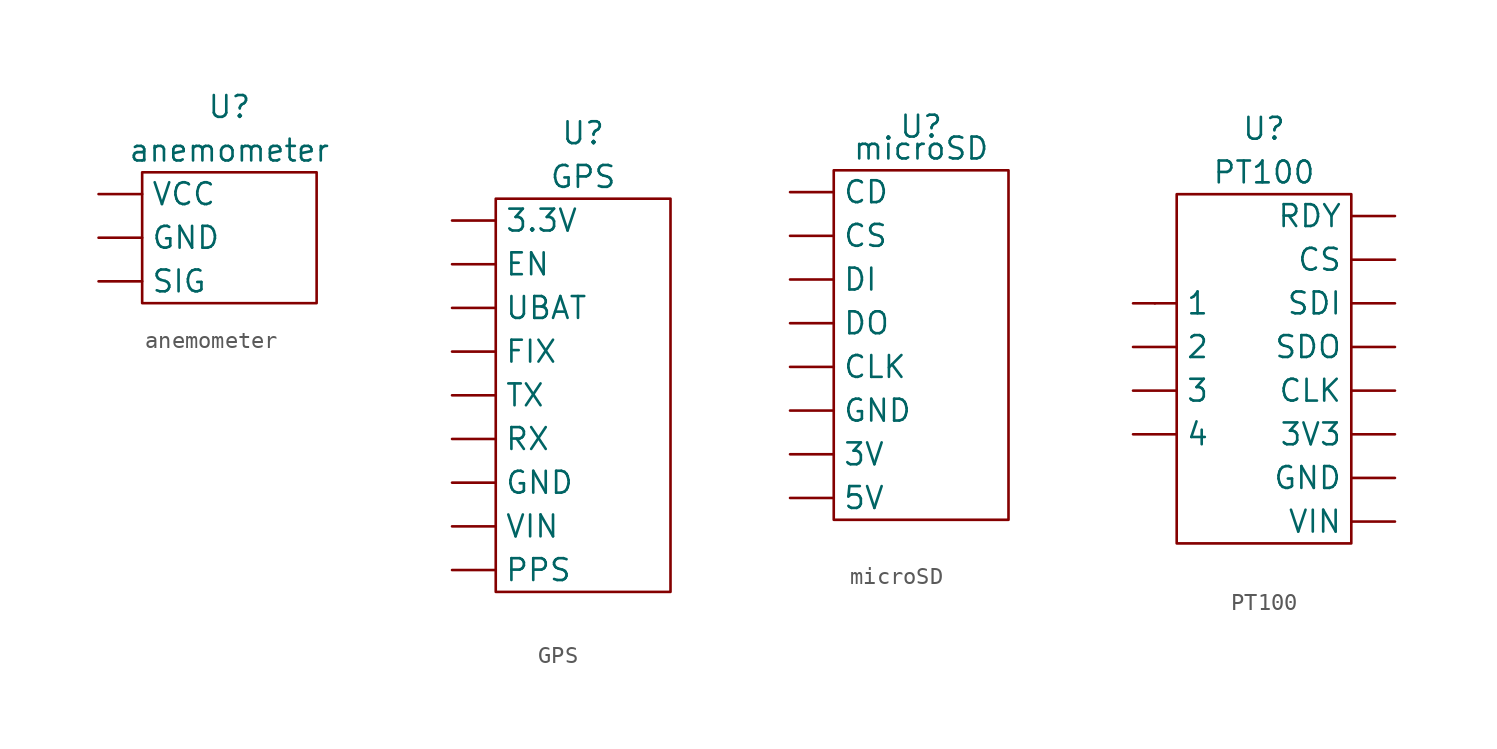
<source format=kicad_sym>
(kicad_symbol_lib
  (version 20220914)
  (generator kicad_symbol_editor)
  (symbol "anemometer"
    (pin_numbers hide)
    (property "Reference" "U"
      (at 0 7.62 0)
      (effects (font (size 1.27 1.27))))
    (property "Value" "anemometer"
      (at 0 5.08 0)
      (effects (font (size 1.27 1.27))))
    (symbol "anemometer_0_1"
      (rectangle (start -5.08 3.81) (end 5.08 -3.81) (stroke (width 0) (type default)) (fill (type none))))
    (symbol "anemometer_1_1"
      (pin input line (at -7.62 2.54 0) (length 2.54) (name "VCC" (effects (font (size 1.27 1.27)))) (number "1" (effects (font (size 1.27 1.27)))))
      (pin input line (at -7.62 0 0) (length 2.54) (name "GND" (effects (font (size 1.27 1.27)))) (number "2" (effects (font (size 1.27 1.27)))))
      (pin output line (at -7.62 -2.54 0) (length 2.54) (name "SIG" (effects (font (size 1.27 1.27)))) (number "3" (effects (font (size 1.27 1.27)))))))
  (symbol "GPS"
    (pin_numbers hide)
    (property "Reference" "U"
      (at 0 15.24 0)
      (effects (font (size 1.27 1.27))))
    (property "Value" "GPS"
      (at 0 12.7 0)
      (effects (font (size 1.27 1.27))))
    (symbol "GPS_0_1"
      (rectangle (start -5.08 11.43) (end 5.08 -11.43) (stroke (width 0) (type default)) (fill (type none))))
    (symbol "GPS_1_1"
      (pin input line (at -7.62 10.16 0) (length 2.54) (name "3.3V" (effects (font (size 1.27 1.27)))) (number "1" (effects (font (size 1.27 1.27)))))
      (pin input line (at -7.62 7.62 0) (length 2.54) (name "EN" (effects (font (size 1.27 1.27)))) (number "2" (effects (font (size 1.27 1.27)))))
      (pin input line (at -7.62 5.08 0) (length 2.54) (name "UBAT" (effects (font (size 1.27 1.27)))) (number "3" (effects (font (size 1.27 1.27)))))
      (pin input line (at -7.62 2.54 0) (length 2.54) (name "FIX" (effects (font (size 1.27 1.27)))) (number "4" (effects (font (size 1.27 1.27)))))
      (pin input line (at -7.62 0 0) (length 2.54) (name "TX" (effects (font (size 1.27 1.27)))) (number "5" (effects (font (size 1.27 1.27)))))
      (pin input line (at -7.62 -2.54 0) (length 2.54) (name "RX" (effects (font (size 1.27 1.27)))) (number "6" (effects (font (size 1.27 1.27)))))
      (pin input line (at -7.62 -5.08 0) (length 2.54) (name "GND" (effects (font (size 1.27 1.27)))) (number "7" (effects (font (size 1.27 1.27)))))
      (pin input line (at -7.62 -7.62 0) (length 2.54) (name "VIN" (effects (font (size 1.27 1.27)))) (number "8" (effects (font (size 1.27 1.27)))))
      (pin input line (at -7.62 -10.16 0) (length 2.54) (name "PPS" (effects (font (size 1.27 1.27)))) (number "9" (effects (font (size 1.27 1.27)))))))
  (symbol "microSD"
    (pin_numbers hide)
    (property "Reference" "U"
      (at 0 12.7 0)
      (effects (font (size 1.27 1.27))))
    (property "Value" "microSD"
      (at 0 11.43 0)
      (effects (font (size 1.27 1.27))))
    (symbol "microSD_0_1"
      (rectangle (start -5.08 10.16) (end 5.08 -10.16) (stroke (width 0) (type default)) (fill (type none))))
    (symbol "microSD_1_1"
      (pin input line (at -7.62 8.89 0) (length 2.54) (name "CD" (effects (font (size 1.27 1.27)))) (number "1" (effects (font (size 1.27 1.27)))))
      (pin input line (at -7.62 6.35 0) (length 2.54) (name "CS" (effects (font (size 1.27 1.27)))) (number "2" (effects (font (size 1.27 1.27)))))
      (pin input line (at -7.62 3.81 0) (length 2.54) (name "DI" (effects (font (size 1.27 1.27)))) (number "3" (effects (font (size 1.27 1.27)))))
      (pin output line (at -7.62 1.27 0) (length 2.54) (name "DO" (effects (font (size 1.27 1.27)))) (number "4" (effects (font (size 1.27 1.27)))))
      (pin input line (at -7.62 -1.27 0) (length 2.54) (name "CLK" (effects (font (size 1.27 1.27)))) (number "5" (effects (font (size 1.27 1.27)))))
      (pin input line (at -7.62 -3.81 0) (length 2.54) (name "GND" (effects (font (size 1.27 1.27)))) (number "6" (effects (font (size 1.27 1.27)))))
      (pin input line (at -7.62 -6.35 0) (length 2.54) (name "3V" (effects (font (size 1.27 1.27)))) (number "7" (effects (font (size 1.27 1.27)))))
      (pin input line (at -7.62 -8.89 0) (length 2.54) (name "5V" (effects (font (size 1.27 1.27)))) (number "8" (effects (font (size 1.27 1.27)))))))
  (symbol "PT100"
    (pin_numbers hide)
    (property "Reference" "U"
      (at 0 11.43 0)
      (effects (font (size 1.27 1.27))))
    (property "Value" "PT100"
      (at 0 8.89 0)
      (effects (font (size 1.27 1.27))))
    (symbol "PT100_0_1"
      (rectangle (start -6.35 1.27) (end -6.35 1.27) (stroke (width 0) (type default)) (fill (type none)))
      (rectangle (start -5.08 7.62) (end 5.08 -12.7) (stroke (width 0) (type default)) (fill (type none))))
    (symbol "PT100_1_1"
      (pin input line (at -7.62 1.27 0) (length 2.54) (name "1" (effects (font (size 1.27 1.27)))) (number "1" (effects (font (size 1.27 1.27)))))
      (pin input line (at 7.62 -6.35 180) (length 2.54) (name "3V3" (effects (font (size 1.27 1.27)))) (number "10" (effects (font (size 1.27 1.27)))))
      (pin input line (at 7.62 -8.89 180) (length 2.54) (name "GND" (effects (font (size 1.27 1.27)))) (number "11" (effects (font (size 1.27 1.27)))))
      (pin input line (at 7.62 -11.43 180) (length 2.54) (name "VIN" (effects (font (size 1.27 1.27)))) (number "12" (effects (font (size 1.27 1.27)))))
      (pin input line (at -7.62 -1.27 0) (length 2.54) (name "2" (effects (font (size 1.27 1.27)))) (number "2" (effects (font (size 1.27 1.27)))))
      (pin input line (at -7.62 -3.81 0) (length 2.54) (name "3" (effects (font (size 1.27 1.27)))) (number "3" (effects (font (size 1.27 1.27)))))
      (pin input line (at -7.62 -6.35 0) (length 2.54) (name "4" (effects (font (size 1.27 1.27)))) (number "4" (effects (font (size 1.27 1.27)))))
      (pin input line (at 7.62 6.35 180) (length 2.54) (name "RDY" (effects (font (size 1.27 1.27)))) (number "5" (effects (font (size 1.27 1.27)))))
      (pin input line (at 7.62 3.81 180) (length 2.54) (name "CS" (effects (font (size 1.27 1.27)))) (number "6" (effects (font (size 1.27 1.27)))))
      (pin input line (at 7.62 1.27 180) (length 2.54) (name "SDI" (effects (font (size 1.27 1.27)))) (number "7" (effects (font (size 1.27 1.27)))))
      (pin input line (at 7.62 -1.27 180) (length 2.54) (name "SDO" (effects (font (size 1.27 1.27)))) (number "8" (effects (font (size 1.27 1.27)))))
      (pin input line (at 7.62 -3.81 180) (length 2.54) (name "CLK" (effects (font (size 1.27 1.27)))) (number "9" (effects (font (size 1.27 1.27))))))))
</source>
